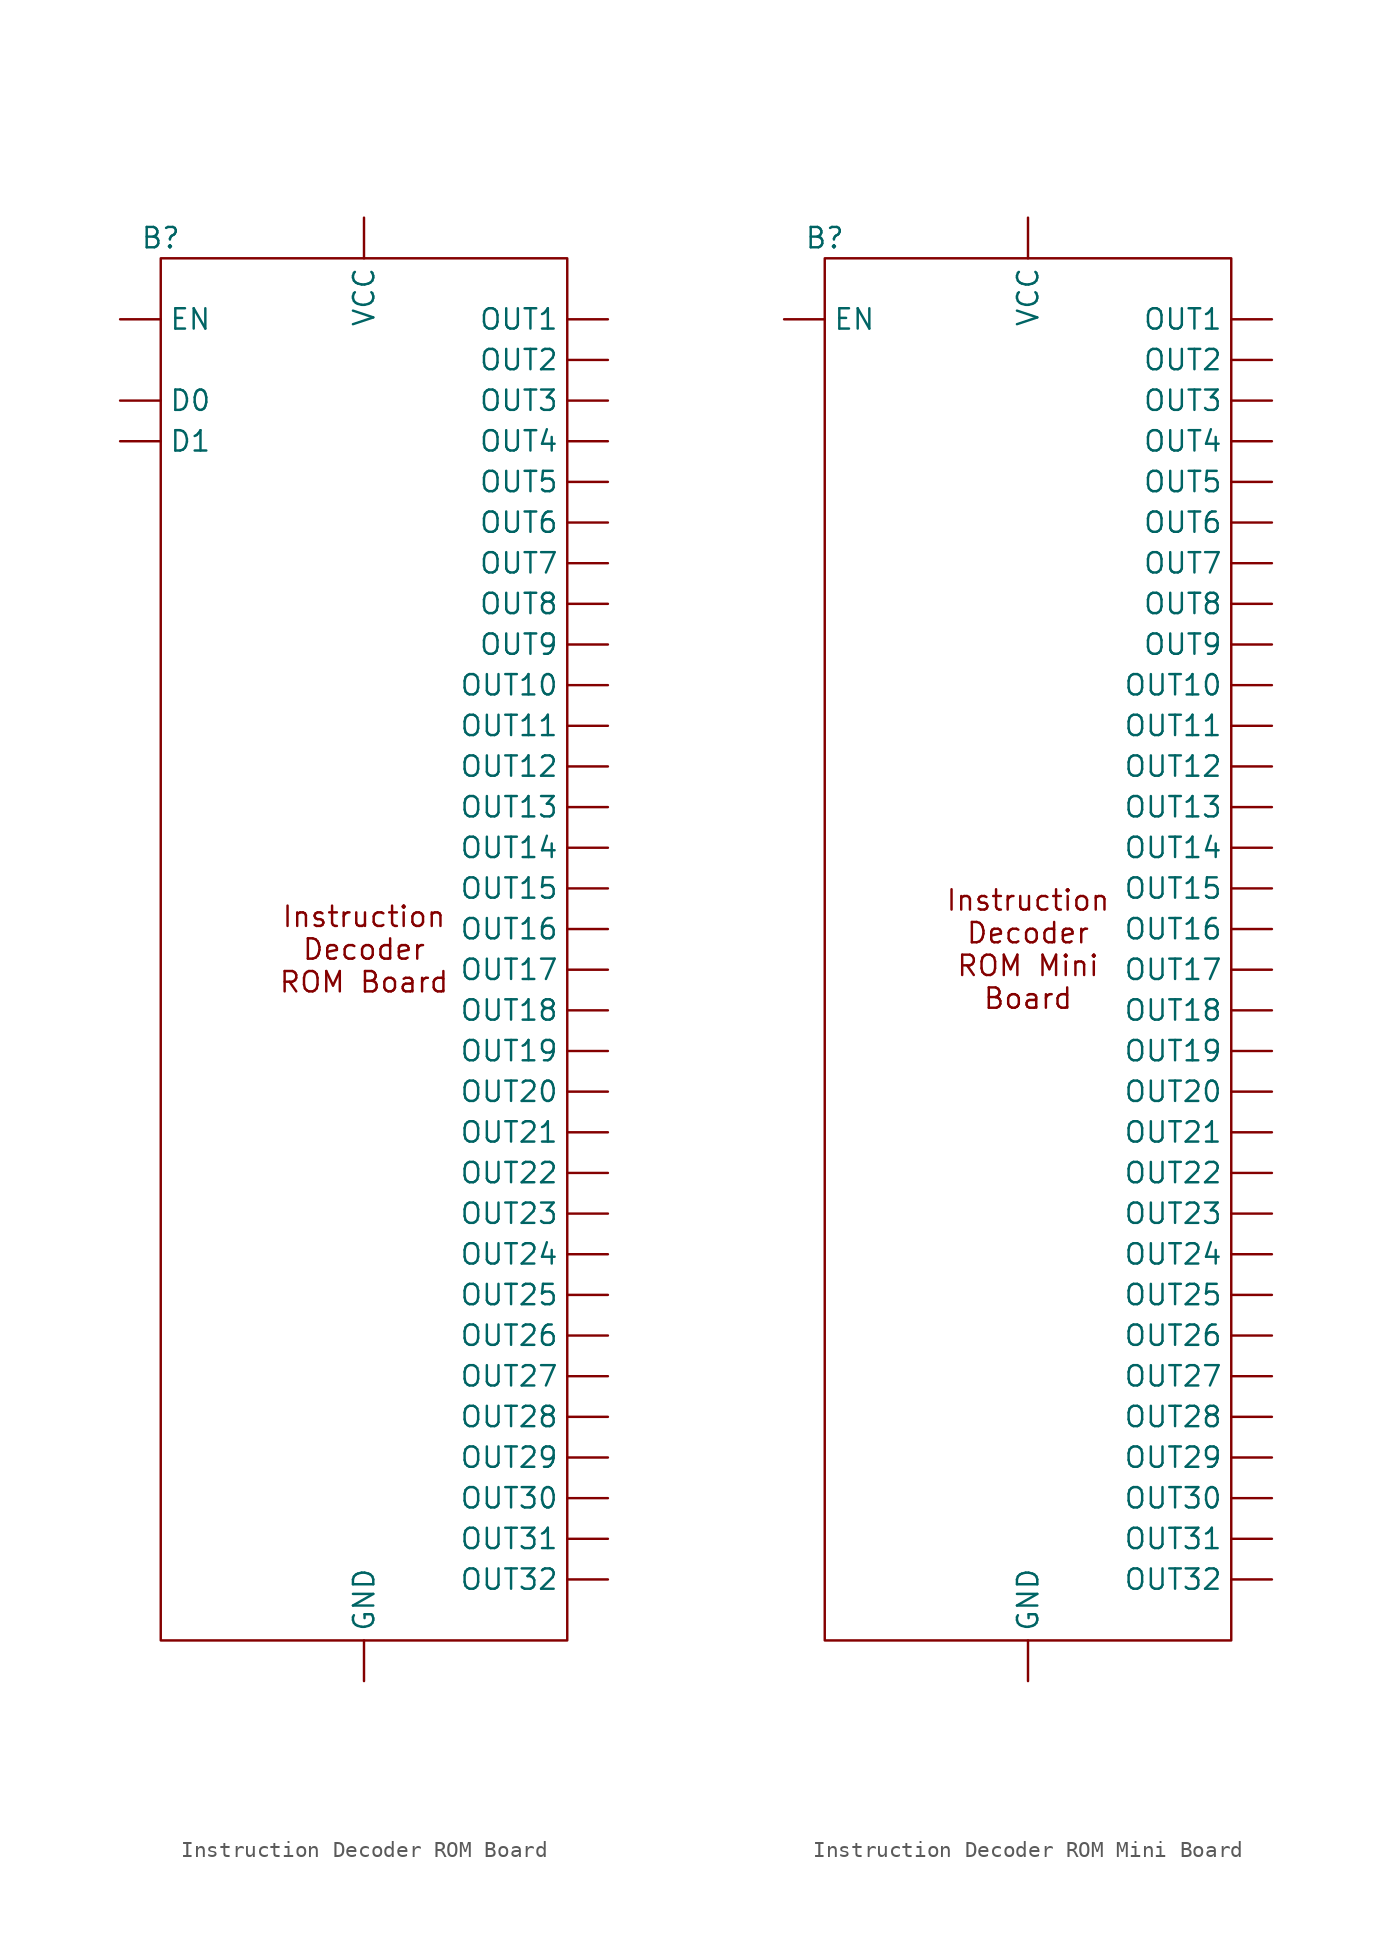
<source format=kicad_sym>
(kicad_symbol_lib
  (version 20220914)
  (generator kicad_symbol_editor)
  (symbol "Instruction Decoder ROM Board"
    (property "Reference" "B"
      (at -12.7 44.45 0)
      (effects (font (size 1.27 1.27))))
    (property "Value" ""
      (at 0 30.48 0)
      (effects (font (size 1.27 1.27))))
    (symbol "Instruction Decoder ROM Board_0_1"
      (rectangle (start -12.7 43.18) (end 12.7 -43.18) (stroke (width 0) (type default)) (fill (type none))))
    (symbol "Instruction Decoder ROM Board_1_1"
      (text "Instruction\nDecoder\nROM Board" (at 0 0 0) (effects (font (size 1.27 1.27))))
      (pin input line (at -15.24 34.29 0) (length 2.54) (name "D0" (effects (font (size 1.27 1.27)))) (number "" (effects (font (size 1.27 1.27)))))
      (pin input line (at -15.24 31.75 0) (length 2.54) (name "D1" (effects (font (size 1.27 1.27)))) (number "" (effects (font (size 1.27 1.27)))))
      (pin input line (at -15.24 39.37 0) (length 2.54) (name "EN" (effects (font (size 1.27 1.27)))) (number "" (effects (font (size 1.27 1.27)))))
      (pin power_in line (at 0 -45.72 90) (length 2.54) (name "GND" (effects (font (size 1.27 1.27)))) (number "" (effects (font (size 1.27 1.27)))))
      (pin output line (at 15.24 39.37 180) (length 2.54) (name "OUT1" (effects (font (size 1.27 1.27)))) (number "" (effects (font (size 1.27 1.27)))))
      (pin output line (at 15.24 16.51 180) (length 2.54) (name "OUT10" (effects (font (size 1.27 1.27)))) (number "" (effects (font (size 1.27 1.27)))))
      (pin output line (at 15.24 13.97 180) (length 2.54) (name "OUT11" (effects (font (size 1.27 1.27)))) (number "" (effects (font (size 1.27 1.27)))))
      (pin output line (at 15.24 11.43 180) (length 2.54) (name "OUT12" (effects (font (size 1.27 1.27)))) (number "" (effects (font (size 1.27 1.27)))))
      (pin output line (at 15.24 8.89 180) (length 2.54) (name "OUT13" (effects (font (size 1.27 1.27)))) (number "" (effects (font (size 1.27 1.27)))))
      (pin output line (at 15.24 6.35 180) (length 2.54) (name "OUT14" (effects (font (size 1.27 1.27)))) (number "" (effects (font (size 1.27 1.27)))))
      (pin output line (at 15.24 3.81 180) (length 2.54) (name "OUT15" (effects (font (size 1.27 1.27)))) (number "" (effects (font (size 1.27 1.27)))))
      (pin output line (at 15.24 1.27 180) (length 2.54) (name "OUT16" (effects (font (size 1.27 1.27)))) (number "" (effects (font (size 1.27 1.27)))))
      (pin output line (at 15.24 -1.27 180) (length 2.54) (name "OUT17" (effects (font (size 1.27 1.27)))) (number "" (effects (font (size 1.27 1.27)))))
      (pin output line (at 15.24 -3.81 180) (length 2.54) (name "OUT18" (effects (font (size 1.27 1.27)))) (number "" (effects (font (size 1.27 1.27)))))
      (pin output line (at 15.24 -6.35 180) (length 2.54) (name "OUT19" (effects (font (size 1.27 1.27)))) (number "" (effects (font (size 1.27 1.27)))))
      (pin output line (at 15.24 36.83 180) (length 2.54) (name "OUT2" (effects (font (size 1.27 1.27)))) (number "" (effects (font (size 1.27 1.27)))))
      (pin output line (at 15.24 -8.89 180) (length 2.54) (name "OUT20" (effects (font (size 1.27 1.27)))) (number "" (effects (font (size 1.27 1.27)))))
      (pin output line (at 15.24 -11.43 180) (length 2.54) (name "OUT21" (effects (font (size 1.27 1.27)))) (number "" (effects (font (size 1.27 1.27)))))
      (pin output line (at 15.24 -13.97 180) (length 2.54) (name "OUT22" (effects (font (size 1.27 1.27)))) (number "" (effects (font (size 1.27 1.27)))))
      (pin output line (at 15.24 -16.51 180) (length 2.54) (name "OUT23" (effects (font (size 1.27 1.27)))) (number "" (effects (font (size 1.27 1.27)))))
      (pin output line (at 15.24 -19.05 180) (length 2.54) (name "OUT24" (effects (font (size 1.27 1.27)))) (number "" (effects (font (size 1.27 1.27)))))
      (pin output line (at 15.24 -21.59 180) (length 2.54) (name "OUT25" (effects (font (size 1.27 1.27)))) (number "" (effects (font (size 1.27 1.27)))))
      (pin output line (at 15.24 -24.13 180) (length 2.54) (name "OUT26" (effects (font (size 1.27 1.27)))) (number "" (effects (font (size 1.27 1.27)))))
      (pin output line (at 15.24 -26.67 180) (length 2.54) (name "OUT27" (effects (font (size 1.27 1.27)))) (number "" (effects (font (size 1.27 1.27)))))
      (pin output line (at 15.24 -29.21 180) (length 2.54) (name "OUT28" (effects (font (size 1.27 1.27)))) (number "" (effects (font (size 1.27 1.27)))))
      (pin output line (at 15.24 -31.75 180) (length 2.54) (name "OUT29" (effects (font (size 1.27 1.27)))) (number "" (effects (font (size 1.27 1.27)))))
      (pin output line (at 15.24 34.29 180) (length 2.54) (name "OUT3" (effects (font (size 1.27 1.27)))) (number "" (effects (font (size 1.27 1.27)))))
      (pin output line (at 15.24 -34.29 180) (length 2.54) (name "OUT30" (effects (font (size 1.27 1.27)))) (number "" (effects (font (size 1.27 1.27)))))
      (pin output line (at 15.24 -36.83 180) (length 2.54) (name "OUT31" (effects (font (size 1.27 1.27)))) (number "" (effects (font (size 1.27 1.27)))))
      (pin output line (at 15.24 -39.37 180) (length 2.54) (name "OUT32" (effects (font (size 1.27 1.27)))) (number "" (effects (font (size 1.27 1.27)))))
      (pin output line (at 15.24 31.75 180) (length 2.54) (name "OUT4" (effects (font (size 1.27 1.27)))) (number "" (effects (font (size 1.27 1.27)))))
      (pin output line (at 15.24 29.21 180) (length 2.54) (name "OUT5" (effects (font (size 1.27 1.27)))) (number "" (effects (font (size 1.27 1.27)))))
      (pin output line (at 15.24 26.67 180) (length 2.54) (name "OUT6" (effects (font (size 1.27 1.27)))) (number "" (effects (font (size 1.27 1.27)))))
      (pin output line (at 15.24 24.13 180) (length 2.54) (name "OUT7" (effects (font (size 1.27 1.27)))) (number "" (effects (font (size 1.27 1.27)))))
      (pin output line (at 15.24 21.59 180) (length 2.54) (name "OUT8" (effects (font (size 1.27 1.27)))) (number "" (effects (font (size 1.27 1.27)))))
      (pin output line (at 15.24 19.05 180) (length 2.54) (name "OUT9" (effects (font (size 1.27 1.27)))) (number "" (effects (font (size 1.27 1.27)))))
      (pin power_in line (at 0 45.72 270) (length 2.54) (name "VCC" (effects (font (size 1.27 1.27)))) (number "" (effects (font (size 1.27 1.27)))))))
  (symbol "Instruction Decoder ROM Mini Board"
    (property "Reference" "B"
      (at -11.43 44.45 0)
      (effects (font (size 1.27 1.27))))
    (property "Value" ""
      (at 1.27 30.48 0)
      (effects (font (size 1.27 1.27))))
    (symbol "Instruction Decoder ROM Mini Board_0_1"
      (rectangle (start -11.43 43.18) (end 13.97 -43.18) (stroke (width 0) (type default)) (fill (type none))))
    (symbol "Instruction Decoder ROM Mini Board_1_1"
      (text "Instruction\nDecoder\nROM Mini\nBoard" (at 1.27 0 0) (effects (font (size 1.27 1.27))))
      (pin input line (at -13.97 39.37 0) (length 2.54) (name "EN" (effects (font (size 1.27 1.27)))) (number "" (effects (font (size 1.27 1.27)))))
      (pin power_in line (at 1.27 -45.72 90) (length 2.54) (name "GND" (effects (font (size 1.27 1.27)))) (number "" (effects (font (size 1.27 1.27)))))
      (pin output line (at 16.51 39.37 180) (length 2.54) (name "OUT1" (effects (font (size 1.27 1.27)))) (number "" (effects (font (size 1.27 1.27)))))
      (pin output line (at 16.51 16.51 180) (length 2.54) (name "OUT10" (effects (font (size 1.27 1.27)))) (number "" (effects (font (size 1.27 1.27)))))
      (pin output line (at 16.51 13.97 180) (length 2.54) (name "OUT11" (effects (font (size 1.27 1.27)))) (number "" (effects (font (size 1.27 1.27)))))
      (pin output line (at 16.51 11.43 180) (length 2.54) (name "OUT12" (effects (font (size 1.27 1.27)))) (number "" (effects (font (size 1.27 1.27)))))
      (pin output line (at 16.51 8.89 180) (length 2.54) (name "OUT13" (effects (font (size 1.27 1.27)))) (number "" (effects (font (size 1.27 1.27)))))
      (pin output line (at 16.51 6.35 180) (length 2.54) (name "OUT14" (effects (font (size 1.27 1.27)))) (number "" (effects (font (size 1.27 1.27)))))
      (pin output line (at 16.51 3.81 180) (length 2.54) (name "OUT15" (effects (font (size 1.27 1.27)))) (number "" (effects (font (size 1.27 1.27)))))
      (pin output line (at 16.51 1.27 180) (length 2.54) (name "OUT16" (effects (font (size 1.27 1.27)))) (number "" (effects (font (size 1.27 1.27)))))
      (pin output line (at 16.51 -1.27 180) (length 2.54) (name "OUT17" (effects (font (size 1.27 1.27)))) (number "" (effects (font (size 1.27 1.27)))))
      (pin output line (at 16.51 -3.81 180) (length 2.54) (name "OUT18" (effects (font (size 1.27 1.27)))) (number "" (effects (font (size 1.27 1.27)))))
      (pin output line (at 16.51 -6.35 180) (length 2.54) (name "OUT19" (effects (font (size 1.27 1.27)))) (number "" (effects (font (size 1.27 1.27)))))
      (pin output line (at 16.51 36.83 180) (length 2.54) (name "OUT2" (effects (font (size 1.27 1.27)))) (number "" (effects (font (size 1.27 1.27)))))
      (pin output line (at 16.51 -8.89 180) (length 2.54) (name "OUT20" (effects (font (size 1.27 1.27)))) (number "" (effects (font (size 1.27 1.27)))))
      (pin output line (at 16.51 -11.43 180) (length 2.54) (name "OUT21" (effects (font (size 1.27 1.27)))) (number "" (effects (font (size 1.27 1.27)))))
      (pin output line (at 16.51 -13.97 180) (length 2.54) (name "OUT22" (effects (font (size 1.27 1.27)))) (number "" (effects (font (size 1.27 1.27)))))
      (pin output line (at 16.51 -16.51 180) (length 2.54) (name "OUT23" (effects (font (size 1.27 1.27)))) (number "" (effects (font (size 1.27 1.27)))))
      (pin output line (at 16.51 -19.05 180) (length 2.54) (name "OUT24" (effects (font (size 1.27 1.27)))) (number "" (effects (font (size 1.27 1.27)))))
      (pin output line (at 16.51 -21.59 180) (length 2.54) (name "OUT25" (effects (font (size 1.27 1.27)))) (number "" (effects (font (size 1.27 1.27)))))
      (pin output line (at 16.51 -24.13 180) (length 2.54) (name "OUT26" (effects (font (size 1.27 1.27)))) (number "" (effects (font (size 1.27 1.27)))))
      (pin output line (at 16.51 -26.67 180) (length 2.54) (name "OUT27" (effects (font (size 1.27 1.27)))) (number "" (effects (font (size 1.27 1.27)))))
      (pin output line (at 16.51 -29.21 180) (length 2.54) (name "OUT28" (effects (font (size 1.27 1.27)))) (number "" (effects (font (size 1.27 1.27)))))
      (pin output line (at 16.51 -31.75 180) (length 2.54) (name "OUT29" (effects (font (size 1.27 1.27)))) (number "" (effects (font (size 1.27 1.27)))))
      (pin output line (at 16.51 34.29 180) (length 2.54) (name "OUT3" (effects (font (size 1.27 1.27)))) (number "" (effects (font (size 1.27 1.27)))))
      (pin output line (at 16.51 -34.29 180) (length 2.54) (name "OUT30" (effects (font (size 1.27 1.27)))) (number "" (effects (font (size 1.27 1.27)))))
      (pin output line (at 16.51 -36.83 180) (length 2.54) (name "OUT31" (effects (font (size 1.27 1.27)))) (number "" (effects (font (size 1.27 1.27)))))
      (pin output line (at 16.51 -39.37 180) (length 2.54) (name "OUT32" (effects (font (size 1.27 1.27)))) (number "" (effects (font (size 1.27 1.27)))))
      (pin output line (at 16.51 31.75 180) (length 2.54) (name "OUT4" (effects (font (size 1.27 1.27)))) (number "" (effects (font (size 1.27 1.27)))))
      (pin output line (at 16.51 29.21 180) (length 2.54) (name "OUT5" (effects (font (size 1.27 1.27)))) (number "" (effects (font (size 1.27 1.27)))))
      (pin output line (at 16.51 26.67 180) (length 2.54) (name "OUT6" (effects (font (size 1.27 1.27)))) (number "" (effects (font (size 1.27 1.27)))))
      (pin output line (at 16.51 24.13 180) (length 2.54) (name "OUT7" (effects (font (size 1.27 1.27)))) (number "" (effects (font (size 1.27 1.27)))))
      (pin output line (at 16.51 21.59 180) (length 2.54) (name "OUT8" (effects (font (size 1.27 1.27)))) (number "" (effects (font (size 1.27 1.27)))))
      (pin output line (at 16.51 19.05 180) (length 2.54) (name "OUT9" (effects (font (size 1.27 1.27)))) (number "" (effects (font (size 1.27 1.27)))))
      (pin power_in line (at 1.27 45.72 270) (length 2.54) (name "VCC" (effects (font (size 1.27 1.27)))) (number "" (effects (font (size 1.27 1.27))))))))
</source>
